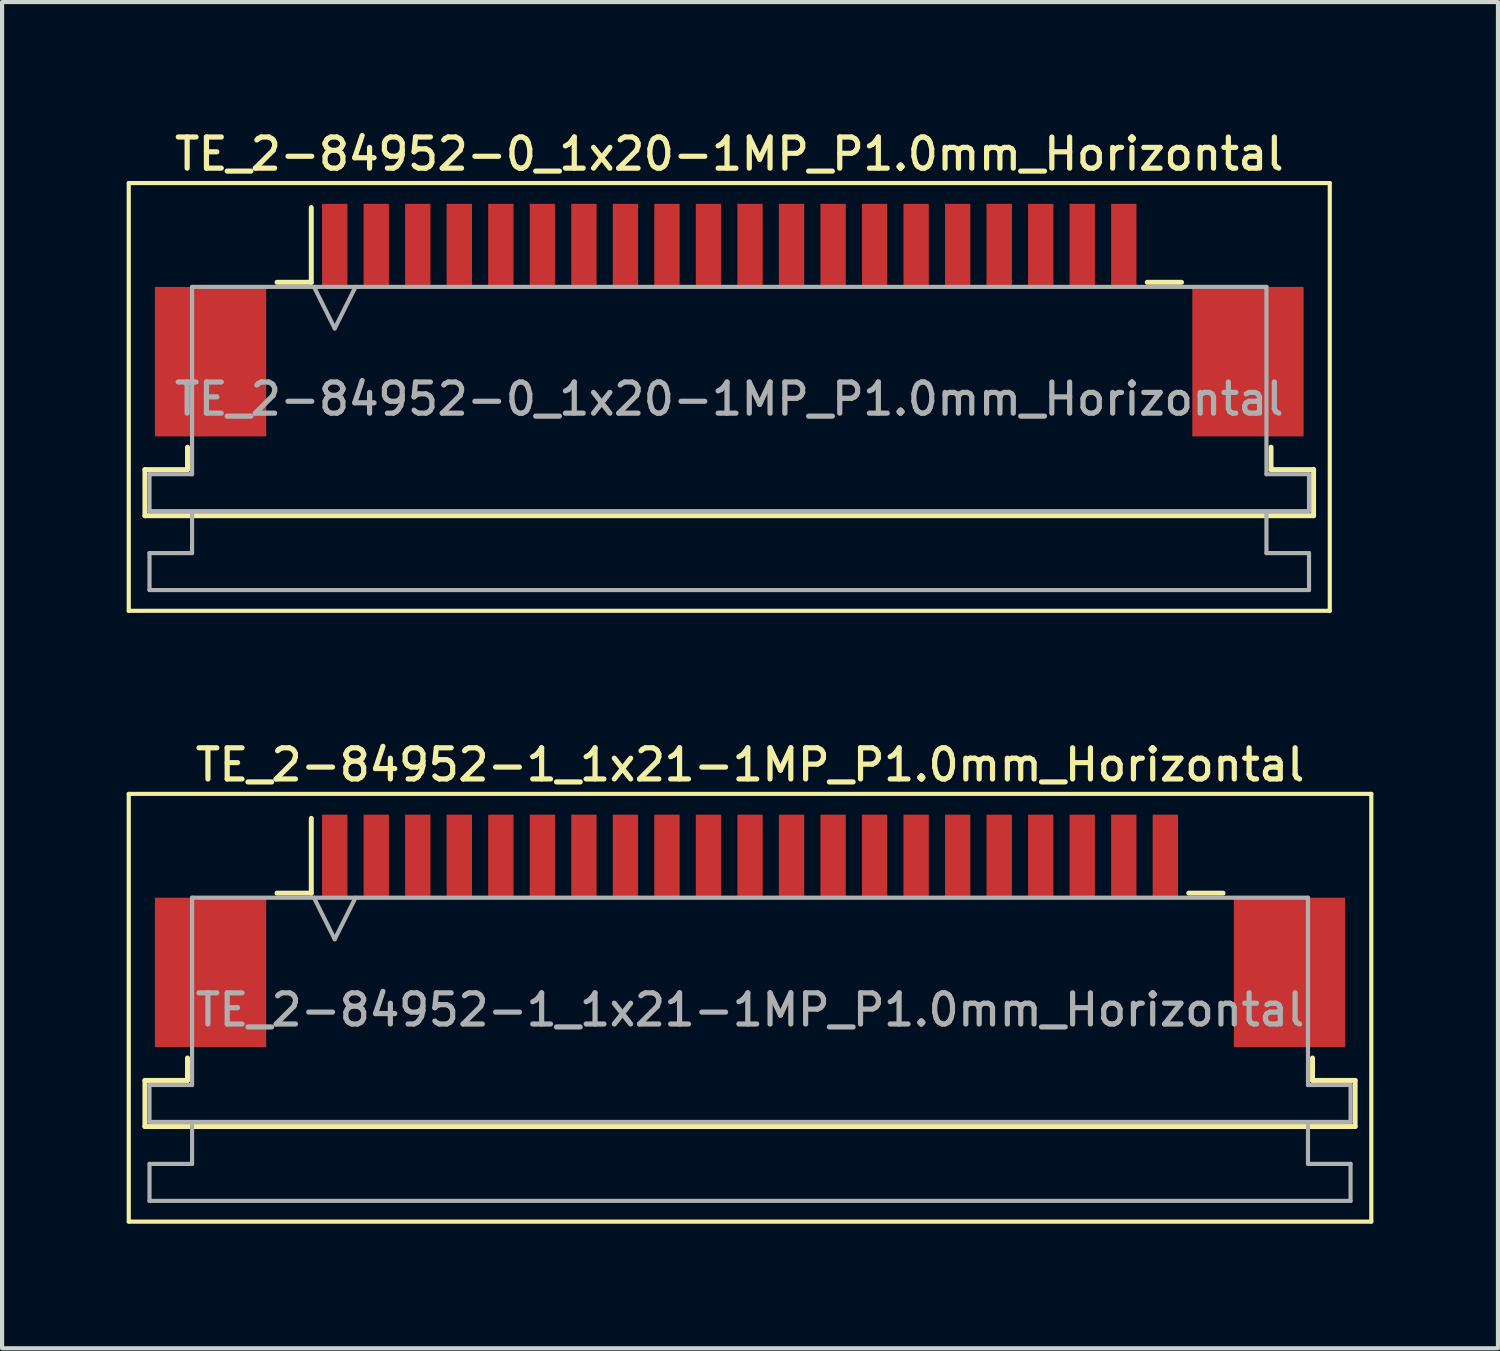
<source format=kicad_pcb>
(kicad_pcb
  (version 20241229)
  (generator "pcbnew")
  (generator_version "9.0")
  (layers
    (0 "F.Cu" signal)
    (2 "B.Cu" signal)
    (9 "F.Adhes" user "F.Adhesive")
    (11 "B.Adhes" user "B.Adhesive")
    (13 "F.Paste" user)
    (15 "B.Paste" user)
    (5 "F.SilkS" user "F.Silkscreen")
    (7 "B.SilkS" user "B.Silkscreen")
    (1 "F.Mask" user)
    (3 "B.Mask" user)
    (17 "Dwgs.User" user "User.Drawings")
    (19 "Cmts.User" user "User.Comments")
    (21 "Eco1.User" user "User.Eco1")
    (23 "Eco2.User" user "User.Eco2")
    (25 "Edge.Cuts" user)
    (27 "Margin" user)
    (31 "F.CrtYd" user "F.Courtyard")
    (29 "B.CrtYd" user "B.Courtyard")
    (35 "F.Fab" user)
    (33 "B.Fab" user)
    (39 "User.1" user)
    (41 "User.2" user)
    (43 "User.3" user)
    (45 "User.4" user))
  (footprint "TE_2-84952-1_1x21-1MP_P1.0mm_Horizontal"
    (layer "F.Cu")
    (at 15.01 19.366)
    (property "Reference" "TE_2-84952-1_1x21-1MP_P1.0mm_Horizontal" (at 0 -4 0) (layer "F.SilkS") (effects (font (size 0.75 0.75) (thickness 0.125))))
    (attr smd)
    (fp_line (start -14.96 -3.3) (end -14.96 7) (stroke (width 0.1) (type solid)) (layer "F.SilkS"))
    (fp_line (start -14.96 7) (end 14.96 7) (stroke (width 0.1) (type solid)) (layer "F.SilkS"))
    (fp_line (start -14.57 3.6) (end -13.545 3.6) (stroke (width 0.12) (type solid)) (layer "F.SilkS"))
    (fp_line (start -14.57 4.71) (end -14.57 3.6) (stroke (width 0.12) (type solid)) (layer "F.SilkS"))
    (fp_line (start -13.545 3.6) (end -13.545 3.06) (stroke (width 0.12) (type solid)) (layer "F.SilkS"))
    (fp_line (start -11.39 -0.91) (end -10.565 -0.91) (stroke (width 0.12) (type solid)) (layer "F.SilkS"))
    (fp_line (start -10.565 -0.91) (end -10.565 -2.71) (stroke (width 0.12) (type solid)) (layer "F.SilkS"))
    (fp_line (start 10.565 -0.91) (end 11.39 -0.91) (stroke (width 0.12) (type solid)) (layer "F.SilkS"))
    (fp_line (start 13.545 3.06) (end 13.545 3.6) (stroke (width 0.12) (type solid)) (layer "F.SilkS"))
    (fp_line (start 13.545 3.6) (end 14.57 3.6) (stroke (width 0.12) (type solid)) (layer "F.SilkS"))
    (fp_line (start 14.57 3.6) (end 14.57 4.71) (stroke (width 0.12) (type solid)) (layer "F.SilkS"))
    (fp_line (start 14.57 4.71) (end -14.57 4.71) (stroke (width 0.12) (type solid)) (layer "F.SilkS"))
    (fp_line (start 14.96 -3.3) (end -14.96 -3.3) (stroke (width 0.1) (type solid)) (layer "F.SilkS"))
    (fp_line (start 14.96 7) (end 14.96 -3.3) (stroke (width 0.1) (type solid)) (layer "F.SilkS"))
    (fp_line (start -14.46 3.71) (end -13.435 3.71) (stroke (width 0.1) (type solid)) (layer "F.Fab"))
    (fp_line (start -14.46 4.6) (end -14.46 3.71) (stroke (width 0.1) (type solid)) (layer "F.Fab"))
    (fp_line (start -14.46 5.61) (end -13.435 5.61) (stroke (width 0.1) (type solid)) (layer "F.Fab"))
    (fp_line (start -14.46 6.5) (end -14.46 5.61) (stroke (width 0.1) (type solid)) (layer "F.Fab"))
    (fp_line (start -13.435 -0.8) (end 13.435 -0.8) (stroke (width 0.1) (type solid)) (layer "F.Fab"))
    (fp_line (start -13.435 3.71) (end -13.435 -0.8) (stroke (width 0.1) (type solid)) (layer "F.Fab"))
    (fp_line (start -13.435 5.61) (end -13.435 4.6) (stroke (width 0.1) (type solid)) (layer "F.Fab"))
    (fp_line (start -10.5 -0.8) (end -10 0.2) (stroke (width 0.1) (type solid)) (layer "F.Fab"))
    (fp_line (start -10 0.2) (end -9.5 -0.8) (stroke (width 0.1) (type solid)) (layer "F.Fab"))
    (fp_line (start 13.435 -0.8) (end 13.435 3.71) (stroke (width 0.1) (type solid)) (layer "F.Fab"))
    (fp_line (start 13.435 3.71) (end 14.46 3.71) (stroke (width 0.1) (type solid)) (layer "F.Fab"))
    (fp_line (start 13.435 4.6) (end 13.435 5.61) (stroke (width 0.1) (type solid)) (layer "F.Fab"))
    (fp_line (start 13.435 5.61) (end 14.46 5.61) (stroke (width 0.1) (type solid)) (layer "F.Fab"))
    (fp_line (start 14.46 3.71) (end 14.46 4.6) (stroke (width 0.1) (type solid)) (layer "F.Fab"))
    (fp_line (start 14.46 4.6) (end -14.46 4.6) (stroke (width 0.1) (type solid)) (layer "F.Fab"))
    (fp_line (start 14.46 5.61) (end 14.46 6.5) (stroke (width 0.1) (type solid)) (layer "F.Fab"))
    (fp_line (start 14.46 6.5) (end -14.46 6.5) (stroke (width 0.1) (type solid)) (layer "F.Fab"))
    (fp_text user "${REFERENCE}" (at 0 1.9 0) (layer "F.Fab") (effects (font (size 0.75 0.75) (thickness 0.125))))
    (pad "1" smd rect (at -10 -1.8) (size 0.61 2) (layers "F.Cu" "F.Mask" "F.Paste"))
    (pad "2" smd rect (at -9 -1.8) (size 0.61 2) (layers "F.Cu" "F.Mask" "F.Paste"))
    (pad "3" smd rect (at -8 -1.8) (size 0.61 2) (layers "F.Cu" "F.Mask" "F.Paste"))
    (pad "4" smd rect (at -7 -1.8) (size 0.61 2) (layers "F.Cu" "F.Mask" "F.Paste"))
    (pad "5" smd rect (at -6 -1.8) (size 0.61 2) (layers "F.Cu" "F.Mask" "F.Paste"))
    (pad "6" smd rect (at -5 -1.8) (size 0.61 2) (layers "F.Cu" "F.Mask" "F.Paste"))
    (pad "7" smd rect (at -4 -1.8) (size 0.61 2) (layers "F.Cu" "F.Mask" "F.Paste"))
    (pad "8" smd rect (at -3 -1.8) (size 0.61 2) (layers "F.Cu" "F.Mask" "F.Paste"))
    (pad "9" smd rect (at -2 -1.8) (size 0.61 2) (layers "F.Cu" "F.Mask" "F.Paste"))
    (pad "10" smd rect (at -1 -1.8) (size 0.61 2) (layers "F.Cu" "F.Mask" "F.Paste"))
    (pad "11" smd rect (at 0 -1.8) (size 0.61 2) (layers "F.Cu" "F.Mask" "F.Paste"))
    (pad "12" smd rect (at 1 -1.8) (size 0.61 2) (layers "F.Cu" "F.Mask" "F.Paste"))
    (pad "13" smd rect (at 2 -1.8) (size 0.61 2) (layers "F.Cu" "F.Mask" "F.Paste"))
    (pad "14" smd rect (at 3 -1.8) (size 0.61 2) (layers "F.Cu" "F.Mask" "F.Paste"))
    (pad "15" smd rect (at 4 -1.8) (size 0.61 2) (layers "F.Cu" "F.Mask" "F.Paste"))
    (pad "16" smd rect (at 5 -1.8) (size 0.61 2) (layers "F.Cu" "F.Mask" "F.Paste"))
    (pad "17" smd rect (at 6 -1.8) (size 0.61 2) (layers "F.Cu" "F.Mask" "F.Paste"))
    (pad "18" smd rect (at 7 -1.8) (size 0.61 2) (layers "F.Cu" "F.Mask" "F.Paste"))
    (pad "19" smd rect (at 8 -1.8) (size 0.61 2) (layers "F.Cu" "F.Mask" "F.Paste"))
    (pad "20" smd rect (at 9 -1.8) (size 0.61 2) (layers "F.Cu" "F.Mask" "F.Paste"))
    (pad "21" smd rect (at 10 -1.8) (size 0.61 2) (layers "F.Cu" "F.Mask" "F.Paste"))
    (pad "MP" smd rect (at -12.99 1) (size 2.68 3.6) (layers "F.Cu" "F.Mask" "F.Paste"))
    (pad "MP" smd rect (at 12.99 1) (size 2.68 3.6) (layers "F.Cu" "F.Mask" "F.Paste")))
  (footprint "TE_2-84952-0_1x20-1MP_P1.0mm_Horizontal"
    (layer "F.Cu")
    (at 14.51 4.658)
    (property "Reference" "TE_2-84952-0_1x20-1MP_P1.0mm_Horizontal" (at 0 -4 0) (layer "F.SilkS") (effects (font (size 0.75 0.75) (thickness 0.125))))
    (attr smd)
    (fp_line (start -14.46 -3.3) (end -14.46 7) (stroke (width 0.1) (type solid)) (layer "F.SilkS"))
    (fp_line (start -14.46 7) (end 14.46 7) (stroke (width 0.1) (type solid)) (layer "F.SilkS"))
    (fp_line (start -14.07 3.6) (end -13.045 3.6) (stroke (width 0.12) (type solid)) (layer "F.SilkS"))
    (fp_line (start -14.07 4.71) (end -14.07 3.6) (stroke (width 0.12) (type solid)) (layer "F.SilkS"))
    (fp_line (start -13.045 3.6) (end -13.045 3.06) (stroke (width 0.12) (type solid)) (layer "F.SilkS"))
    (fp_line (start -10.89 -0.91) (end -10.065 -0.91) (stroke (width 0.12) (type solid)) (layer "F.SilkS"))
    (fp_line (start -10.065 -0.91) (end -10.065 -2.71) (stroke (width 0.12) (type solid)) (layer "F.SilkS"))
    (fp_line (start 10.065 -0.91) (end 10.89 -0.91) (stroke (width 0.12) (type solid)) (layer "F.SilkS"))
    (fp_line (start 13.045 3.06) (end 13.045 3.6) (stroke (width 0.12) (type solid)) (layer "F.SilkS"))
    (fp_line (start 13.045 3.6) (end 14.07 3.6) (stroke (width 0.12) (type solid)) (layer "F.SilkS"))
    (fp_line (start 14.07 3.6) (end 14.07 4.71) (stroke (width 0.12) (type solid)) (layer "F.SilkS"))
    (fp_line (start 14.07 4.71) (end -14.07 4.71) (stroke (width 0.12) (type solid)) (layer "F.SilkS"))
    (fp_line (start 14.46 -3.3) (end -14.46 -3.3) (stroke (width 0.1) (type solid)) (layer "F.SilkS"))
    (fp_line (start 14.46 7) (end 14.46 -3.3) (stroke (width 0.1) (type solid)) (layer "F.SilkS"))
    (fp_line (start -13.96 3.71) (end -12.935 3.71) (stroke (width 0.1) (type solid)) (layer "F.Fab"))
    (fp_line (start -13.96 4.6) (end -13.96 3.71) (stroke (width 0.1) (type solid)) (layer "F.Fab"))
    (fp_line (start -13.96 5.61) (end -12.935 5.61) (stroke (width 0.1) (type solid)) (layer "F.Fab"))
    (fp_line (start -13.96 6.5) (end -13.96 5.61) (stroke (width 0.1) (type solid)) (layer "F.Fab"))
    (fp_line (start -12.935 -0.8) (end 12.935 -0.8) (stroke (width 0.1) (type solid)) (layer "F.Fab"))
    (fp_line (start -12.935 3.71) (end -12.935 -0.8) (stroke (width 0.1) (type solid)) (layer "F.Fab"))
    (fp_line (start -12.935 5.61) (end -12.935 4.6) (stroke (width 0.1) (type solid)) (layer "F.Fab"))
    (fp_line (start -10 -0.8) (end -9.5 0.2) (stroke (width 0.1) (type solid)) (layer "F.Fab"))
    (fp_line (start -9.5 0.2) (end -9 -0.8) (stroke (width 0.1) (type solid)) (layer "F.Fab"))
    (fp_line (start 12.935 -0.8) (end 12.935 3.71) (stroke (width 0.1) (type solid)) (layer "F.Fab"))
    (fp_line (start 12.935 3.71) (end 13.96 3.71) (stroke (width 0.1) (type solid)) (layer "F.Fab"))
    (fp_line (start 12.935 4.6) (end 12.935 5.61) (stroke (width 0.1) (type solid)) (layer "F.Fab"))
    (fp_line (start 12.935 5.61) (end 13.96 5.61) (stroke (width 0.1) (type solid)) (layer "F.Fab"))
    (fp_line (start 13.96 3.71) (end 13.96 4.6) (stroke (width 0.1) (type solid)) (layer "F.Fab"))
    (fp_line (start 13.96 4.6) (end -13.96 4.6) (stroke (width 0.1) (type solid)) (layer "F.Fab"))
    (fp_line (start 13.96 5.61) (end 13.96 6.5) (stroke (width 0.1) (type solid)) (layer "F.Fab"))
    (fp_line (start 13.96 6.5) (end -13.96 6.5) (stroke (width 0.1) (type solid)) (layer "F.Fab"))
    (fp_text user "${REFERENCE}" (at 0 1.9 0) (layer "F.Fab") (effects (font (size 0.75 0.75) (thickness 0.125))))
    (pad "1" smd rect (at -9.5 -1.8) (size 0.61 2) (layers "F.Cu" "F.Mask" "F.Paste"))
    (pad "2" smd rect (at -8.5 -1.8) (size 0.61 2) (layers "F.Cu" "F.Mask" "F.Paste"))
    (pad "3" smd rect (at -7.5 -1.8) (size 0.61 2) (layers "F.Cu" "F.Mask" "F.Paste"))
    (pad "4" smd rect (at -6.5 -1.8) (size 0.61 2) (layers "F.Cu" "F.Mask" "F.Paste"))
    (pad "5" smd rect (at -5.5 -1.8) (size 0.61 2) (layers "F.Cu" "F.Mask" "F.Paste"))
    (pad "6" smd rect (at -4.5 -1.8) (size 0.61 2) (layers "F.Cu" "F.Mask" "F.Paste"))
    (pad "7" smd rect (at -3.5 -1.8) (size 0.61 2) (layers "F.Cu" "F.Mask" "F.Paste"))
    (pad "8" smd rect (at -2.5 -1.8) (size 0.61 2) (layers "F.Cu" "F.Mask" "F.Paste"))
    (pad "9" smd rect (at -1.5 -1.8) (size 0.61 2) (layers "F.Cu" "F.Mask" "F.Paste"))
    (pad "10" smd rect (at -0.5 -1.8) (size 0.61 2) (layers "F.Cu" "F.Mask" "F.Paste"))
    (pad "11" smd rect (at 0.5 -1.8) (size 0.61 2) (layers "F.Cu" "F.Mask" "F.Paste"))
    (pad "12" smd rect (at 1.5 -1.8) (size 0.61 2) (layers "F.Cu" "F.Mask" "F.Paste"))
    (pad "13" smd rect (at 2.5 -1.8) (size 0.61 2) (layers "F.Cu" "F.Mask" "F.Paste"))
    (pad "14" smd rect (at 3.5 -1.8) (size 0.61 2) (layers "F.Cu" "F.Mask" "F.Paste"))
    (pad "15" smd rect (at 4.5 -1.8) (size 0.61 2) (layers "F.Cu" "F.Mask" "F.Paste"))
    (pad "16" smd rect (at 5.5 -1.8) (size 0.61 2) (layers "F.Cu" "F.Mask" "F.Paste"))
    (pad "17" smd rect (at 6.5 -1.8) (size 0.61 2) (layers "F.Cu" "F.Mask" "F.Paste"))
    (pad "18" smd rect (at 7.5 -1.8) (size 0.61 2) (layers "F.Cu" "F.Mask" "F.Paste"))
    (pad "19" smd rect (at 8.5 -1.8) (size 0.61 2) (layers "F.Cu" "F.Mask" "F.Paste"))
    (pad "20" smd rect (at 9.5 -1.8) (size 0.61 2) (layers "F.Cu" "F.Mask" "F.Paste"))
    (pad "MP" smd rect (at -12.49 1) (size 2.68 3.6) (layers "F.Cu" "F.Mask" "F.Paste"))
    (pad "MP" smd rect (at 12.49 1) (size 2.68 3.6) (layers "F.Cu" "F.Mask" "F.Paste")))
  (gr_rect
    (start -3 -3)
    (end 33.02 29.416)
    (stroke (width 0.1) (type default))
    (fill no)
    (layer "Edge.Cuts")))
</source>
